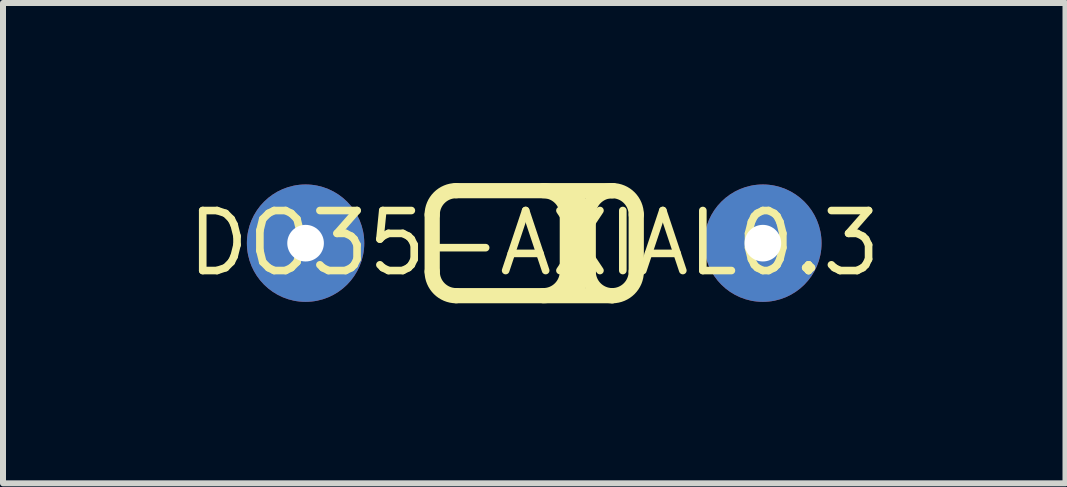
<source format=kicad_pcb>
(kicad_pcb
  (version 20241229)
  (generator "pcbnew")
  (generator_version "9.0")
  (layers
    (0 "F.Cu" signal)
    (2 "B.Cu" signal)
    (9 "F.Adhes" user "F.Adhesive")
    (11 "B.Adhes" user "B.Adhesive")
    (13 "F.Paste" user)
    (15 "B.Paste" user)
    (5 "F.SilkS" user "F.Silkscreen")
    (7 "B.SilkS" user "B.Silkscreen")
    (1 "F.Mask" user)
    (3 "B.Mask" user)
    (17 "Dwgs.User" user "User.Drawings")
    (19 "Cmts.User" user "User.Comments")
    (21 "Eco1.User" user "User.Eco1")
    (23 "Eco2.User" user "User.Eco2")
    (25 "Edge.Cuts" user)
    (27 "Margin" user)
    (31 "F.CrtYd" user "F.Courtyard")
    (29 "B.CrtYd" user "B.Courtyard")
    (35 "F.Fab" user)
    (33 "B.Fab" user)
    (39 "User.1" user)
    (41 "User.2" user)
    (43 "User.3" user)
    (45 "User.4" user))
  (footprint "DO35-AXIAL0.3"
    (layer "F.Cu")
    (at 5.852 1.002)
    (property "Reference" "DO35-AXIAL0.3" (at 0 0 0) (layer "F.SilkS") (effects (font (size 1 1) (thickness 0.127))))
    (attr through_hole)
    (fp_line (start -1.7 -0.475) (end -1.7 0.475) (stroke (width 0.254) (type solid)) (layer "F.SilkS"))
    (fp_line (start -1.3 -0.875) (end 1.3 -0.875) (stroke (width 0.254) (type solid)) (layer "F.SilkS"))
    (fp_line (start -1.3 0.875) (end 1.3 0.875) (stroke (width 0.254) (type solid)) (layer "F.SilkS"))
    (fp_line (start 0.552 -0.475) (end 0.552 0.475) (stroke (width 0.254) (type solid)) (layer "F.SilkS"))
    (fp_line (start 0.722 -0.8) (end 0.722 0.8) (stroke (width 0.254) (type solid)) (layer "F.SilkS"))
    (fp_line (start 0.9 -0.475) (end 0.9 0.475) (stroke (width 0.254) (type solid)) (layer "F.SilkS"))
    (fp_line (start 1.7 -0.475) (end 1.7 0.475) (stroke (width 0.254) (type solid)) (layer "F.SilkS"))
    (fp_arc (start -1.7 -0.475) (mid -1.582843 -0.757843) (end -1.3 -0.875) (stroke (width 0.254) (type solid)) (layer "F.SilkS"))
    (fp_arc (start -1.3 0.875) (mid -1.582843 0.757843) (end -1.7 0.475) (stroke (width 0.254) (type solid)) (layer "F.SilkS"))
    (fp_arc (start 0.152 -0.875) (mid 0.434843 -0.757843) (end 0.552 -0.475) (stroke (width 0.254) (type solid)) (layer "F.SilkS"))
    (fp_arc (start 0.552 0.475) (mid 0.434843 0.757843) (end 0.152 0.875) (stroke (width 0.254) (type solid)) (layer "F.SilkS"))
    (fp_arc (start 0.9 -0.475) (mid 1.017157 -0.757843) (end 1.3 -0.875) (stroke (width 0.254) (type solid)) (layer "F.SilkS"))
    (fp_arc (start 1.3 -0.875) (mid 1.582843 -0.757843) (end 1.7 -0.475) (stroke (width 0.254) (type solid)) (layer "F.SilkS"))
    (fp_arc (start 1.3 0.875) (mid 1.017157 0.757843) (end 0.9 0.475) (stroke (width 0.254) (type solid)) (layer "F.SilkS"))
    (fp_arc (start 1.7 0.475) (mid 1.582843 0.757843) (end 1.3 0.875) (stroke (width 0.254) (type solid)) (layer "F.SilkS"))
    (pad "1" thru_hole circle (at -3.81 0) (size 1.956 1.956) (drill 0.61) (layers "*.Cu" "*.Mask"))
    (pad "2" thru_hole circle (at 3.81 0) (size 1.956 1.956) (drill 0.61) (layers "*.Cu" "*.Mask")))
  (gr_rect
    (start -3 -3)
    (end 14.705 5.004)
    (stroke (width 0.1) (type default))
    (fill no)
    (layer "Edge.Cuts")))
</source>
